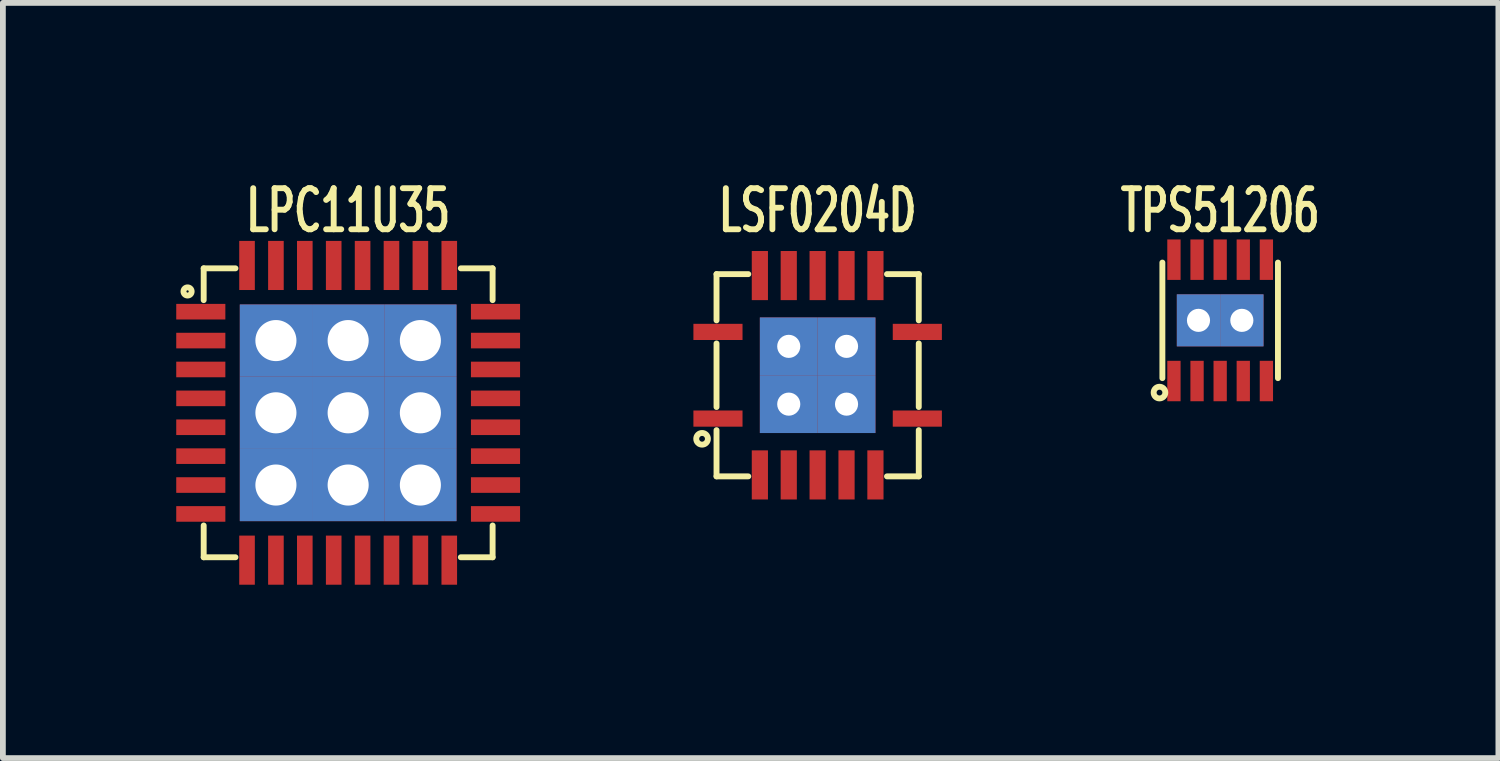
<source format=kicad_pcb>
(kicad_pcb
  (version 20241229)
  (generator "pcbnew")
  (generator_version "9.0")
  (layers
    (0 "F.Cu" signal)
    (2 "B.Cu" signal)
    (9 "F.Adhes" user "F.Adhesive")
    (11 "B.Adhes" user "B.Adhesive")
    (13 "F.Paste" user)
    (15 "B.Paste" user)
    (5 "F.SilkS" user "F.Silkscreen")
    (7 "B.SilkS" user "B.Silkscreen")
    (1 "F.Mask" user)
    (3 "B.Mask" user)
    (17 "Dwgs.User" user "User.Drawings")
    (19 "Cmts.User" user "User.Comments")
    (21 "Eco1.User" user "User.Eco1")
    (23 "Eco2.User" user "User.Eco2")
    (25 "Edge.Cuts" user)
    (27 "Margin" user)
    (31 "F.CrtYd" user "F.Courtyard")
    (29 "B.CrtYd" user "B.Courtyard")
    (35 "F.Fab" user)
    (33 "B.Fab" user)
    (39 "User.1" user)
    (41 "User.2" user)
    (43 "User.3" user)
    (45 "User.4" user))
  (footprint "TPS51206"
    (layer "F.Cu")
    (at 18.066 2.494)
    (property "Reference" "TPS51206" (at 0 -1.9 0) (layer "F.SilkS") (effects (font (size 0.711 0.457) (thickness 0.102))))
    (attr through_hole)
    (fp_line (start -1 1) (end -1 -1) (stroke (width 0.102) (type solid)) (layer "F.SilkS"))
    (fp_line (start 1 -1) (end 1 1) (stroke (width 0.102) (type solid)) (layer "F.SilkS"))
    (fp_circle (center -1.05 1.25) (end -1.05 1.2) (stroke (width 0.102) (type solid)) (fill no) (layer "F.SilkS"))
    (pad "1" smd rect (at -0.8 1.05) (size 0.23 0.7) (layers "F.Cu" "F.Mask" "F.Paste"))
    (pad "2" smd rect (at -0.4 1.05) (size 0.23 0.7) (layers "F.Cu" "F.Mask" "F.Paste"))
    (pad "3" smd rect (at 0 1.05) (size 0.23 0.7) (layers "F.Cu" "F.Mask" "F.Paste"))
    (pad "4" smd rect (at 0.4 1.05) (size 0.23 0.7) (layers "F.Cu" "F.Mask" "F.Paste"))
    (pad "5" smd rect (at 0.8 1.05) (size 0.23 0.7) (layers "F.Cu" "F.Mask" "F.Paste"))
    (pad "6" smd rect (at 0.8 -1.05) (size 0.23 0.7) (layers "F.Cu" "F.Mask" "F.Paste"))
    (pad "7" smd rect (at 0.4 -1.05) (size 0.23 0.7) (layers "F.Cu" "F.Mask" "F.Paste"))
    (pad "8" smd rect (at 0 -1.05) (size 0.23 0.7) (layers "F.Cu" "F.Mask" "F.Paste"))
    (pad "9" smd rect (at -0.4 -1.05) (size 0.23 0.7) (layers "F.Cu" "F.Mask" "F.Paste"))
    (pad "10" smd rect (at -0.8 -1.05) (size 0.23 0.7) (layers "F.Cu" "F.Mask" "F.Paste"))
    (pad "11" thru_hole rect (at -0.375 0) (size 0.75 0.9) (drill 0.4) (layers "*.Cu" "*.Mask" "F.Paste"))
    (pad "11" thru_hole rect (at 0.375 0) (size 0.75 0.9) (drill 0.4) (layers "*.Cu" "*.Mask" "F.Paste")))
  (footprint "LSF0204D"
    (layer "F.Cu")
    (at 11.1 3.444)
    (property "Reference" "LSF0204D" (at 0 -2.85 0) (layer "F.SilkS") (effects (font (size 0.711 0.457) (thickness 0.102))))
    (attr through_hole)
    (fp_line (start -1.75 -1.75) (end -1.75 -0.95) (stroke (width 0.102) (type solid)) (layer "F.SilkS"))
    (fp_line (start -1.75 -1.75) (end -1.2 -1.75) (stroke (width 0.102) (type solid)) (layer "F.SilkS"))
    (fp_line (start -1.75 0.55) (end -1.75 -0.55) (stroke (width 0.102) (type solid)) (layer "F.SilkS"))
    (fp_line (start -1.75 1.75) (end -1.75 0.95) (stroke (width 0.102) (type solid)) (layer "F.SilkS"))
    (fp_line (start -1.2 1.75) (end -1.75 1.75) (stroke (width 0.102) (type solid)) (layer "F.SilkS"))
    (fp_line (start 1.2 -1.75) (end 1.75 -1.75) (stroke (width 0.102) (type solid)) (layer "F.SilkS"))
    (fp_line (start 1.75 -1.75) (end 1.75 -0.95) (stroke (width 0.102) (type solid)) (layer "F.SilkS"))
    (fp_line (start 1.75 -0.55) (end 1.75 0.55) (stroke (width 0.102) (type solid)) (layer "F.SilkS"))
    (fp_line (start 1.75 1.75) (end 1.2 1.75) (stroke (width 0.102) (type solid)) (layer "F.SilkS"))
    (fp_line (start 1.75 1.75) (end 1.75 0.95) (stroke (width 0.102) (type solid)) (layer "F.SilkS"))
    (fp_circle (center -2 1.1) (end -2 1.05) (stroke (width 0.102) (type solid)) (fill no) (layer "F.SilkS"))
    (pad "1" smd rect (at -1.725 0.75 90) (size 0.28 0.85) (layers "F.Cu" "F.Mask" "F.Paste"))
    (pad "2" smd rect (at -1 1.725) (size 0.28 0.85) (layers "F.Cu" "F.Mask" "F.Paste"))
    (pad "3" smd rect (at -0.5 1.725) (size 0.28 0.85) (layers "F.Cu" "F.Mask" "F.Paste"))
    (pad "4" smd rect (at 0 1.725) (size 0.28 0.85) (layers "F.Cu" "F.Mask" "F.Paste"))
    (pad "5" smd rect (at 0.5 1.725) (size 0.28 0.85) (layers "F.Cu" "F.Mask" "F.Paste"))
    (pad "6" smd rect (at 1 1.725) (size 0.28 0.85) (layers "F.Cu" "F.Mask" "F.Paste"))
    (pad "7" smd rect (at 1.725 0.75 90) (size 0.28 0.85) (layers "F.Cu" "F.Mask" "F.Paste"))
    (pad "8" smd rect (at 1.725 -0.75 90) (size 0.28 0.85) (layers "F.Cu" "F.Mask" "F.Paste"))
    (pad "9" smd rect (at 1 -1.725) (size 0.28 0.85) (layers "F.Cu" "F.Mask" "F.Paste"))
    (pad "10" smd rect (at 0.5 -1.725) (size 0.28 0.85) (layers "F.Cu" "F.Mask" "F.Paste"))
    (pad "11" smd rect (at 0 -1.725) (size 0.28 0.85) (layers "F.Cu" "F.Mask" "F.Paste"))
    (pad "12" smd rect (at -0.5 -1.725) (size 0.28 0.85) (layers "F.Cu" "F.Mask" "F.Paste"))
    (pad "13" smd rect (at -1 -1.725) (size 0.28 0.85) (layers "F.Cu" "F.Mask" "F.Paste"))
    (pad "14" smd rect (at -1.725 -0.75 90) (size 0.28 0.85) (layers "F.Cu" "F.Mask" "F.Paste"))
    (pad "15" thru_hole rect (at -0.5 -0.5 90) (size 1 1) (drill 0.4) (layers "*.Cu" "*.Mask" "F.Paste"))
    (pad "15" thru_hole rect (at -0.5 0.5 90) (size 1 1) (drill 0.4) (layers "*.Cu" "*.Mask" "F.Paste"))
    (pad "15" thru_hole rect (at 0.5 -0.5 90) (size 1 1) (drill 0.4) (layers "*.Cu" "*.Mask" "F.Paste"))
    (pad "15" thru_hole rect (at 0.5 0.5 90) (size 1 1) (drill 0.4) (layers "*.Cu" "*.Mask" "F.Paste")))
  (footprint "LPC11U35"
    (layer "F.Cu")
    (at 2.975 4.094)
    (property "Reference" "LPC11U35" (at 0 -3.5 0) (layer "F.SilkS") (effects (font (size 0.711 0.457) (thickness 0.102))))
    (attr smd)
    (fp_line (start -2.5 -2.5) (end -2.5 -1.95) (stroke (width 0.102) (type solid)) (layer "F.SilkS"))
    (fp_line (start -2.5 -2.5) (end -1.95 -2.5) (stroke (width 0.102) (type solid)) (layer "F.SilkS"))
    (fp_line (start -2.5 2.5) (end -2.5 1.95) (stroke (width 0.102) (type solid)) (layer "F.SilkS"))
    (fp_line (start -1.95 2.5) (end -2.5 2.5) (stroke (width 0.102) (type solid)) (layer "F.SilkS"))
    (fp_line (start 2.5 -2.5) (end 1.95 -2.5) (stroke (width 0.102) (type solid)) (layer "F.SilkS"))
    (fp_line (start 2.5 -2.5) (end 2.5 -1.95) (stroke (width 0.102) (type solid)) (layer "F.SilkS"))
    (fp_line (start 2.5 1.95) (end 2.5 2.5) (stroke (width 0.102) (type solid)) (layer "F.SilkS"))
    (fp_line (start 2.5 2.5) (end 1.95 2.5) (stroke (width 0.102) (type solid)) (layer "F.SilkS"))
    (fp_circle (center -2.779 -2.1) (end -2.729 -2.15) (stroke (width 0.102) (type solid)) (fill no) (layer "F.SilkS"))
    (pad "1" smd rect (at -2.55 -1.75) (size 0.85 0.27) (layers "F.Cu" "F.Mask" "F.Paste"))
    (pad "2" smd rect (at -2.55 -1.25) (size 0.85 0.27) (layers "F.Cu" "F.Mask" "F.Paste"))
    (pad "3" smd rect (at -2.55 -0.75) (size 0.85 0.27) (layers "F.Cu" "F.Mask" "F.Paste"))
    (pad "4" smd rect (at -2.55 -0.25) (size 0.85 0.27) (layers "F.Cu" "F.Mask" "F.Paste"))
    (pad "5" smd rect (at -2.55 0.25) (size 0.85 0.27) (layers "F.Cu" "F.Mask" "F.Paste"))
    (pad "6" smd rect (at -2.55 0.75) (size 0.85 0.27) (layers "F.Cu" "F.Mask" "F.Paste"))
    (pad "7" smd rect (at -2.55 1.25) (size 0.85 0.27) (layers "F.Cu" "F.Mask" "F.Paste"))
    (pad "8" smd rect (at -2.55 1.75) (size 0.85 0.27) (layers "F.Cu" "F.Mask" "F.Paste"))
    (pad "9" smd rect (at -1.75 2.55 90) (size 0.85 0.27) (layers "F.Cu" "F.Mask" "F.Paste"))
    (pad "10" smd rect (at -1.25 2.55 90) (size 0.85 0.27) (layers "F.Cu" "F.Mask" "F.Paste"))
    (pad "11" smd rect (at -0.75 2.55 90) (size 0.85 0.27) (layers "F.Cu" "F.Mask" "F.Paste"))
    (pad "12" smd rect (at -0.25 2.55 90) (size 0.85 0.27) (layers "F.Cu" "F.Mask" "F.Paste"))
    (pad "13" smd rect (at 0.25 2.55 90) (size 0.85 0.27) (layers "F.Cu" "F.Mask" "F.Paste"))
    (pad "14" smd rect (at 0.75 2.55 90) (size 0.85 0.27) (layers "F.Cu" "F.Mask" "F.Paste"))
    (pad "15" smd rect (at 1.25 2.55 90) (size 0.85 0.27) (layers "F.Cu" "F.Mask" "F.Paste"))
    (pad "16" smd rect (at 1.75 2.55 90) (size 0.85 0.27) (layers "F.Cu" "F.Mask" "F.Paste"))
    (pad "17" smd rect (at 2.55 1.75) (size 0.85 0.27) (layers "F.Cu" "F.Mask" "F.Paste"))
    (pad "18" smd rect (at 2.55 1.25) (size 0.85 0.27) (layers "F.Cu" "F.Mask" "F.Paste"))
    (pad "19" smd rect (at 2.55 0.75) (size 0.85 0.27) (layers "F.Cu" "F.Mask" "F.Paste"))
    (pad "20" smd rect (at 2.55 0.25) (size 0.85 0.27) (layers "F.Cu" "F.Mask" "F.Paste"))
    (pad "21" smd rect (at 2.55 -0.25) (size 0.85 0.27) (layers "F.Cu" "F.Mask" "F.Paste"))
    (pad "22" smd rect (at 2.55 -0.75) (size 0.85 0.27) (layers "F.Cu" "F.Mask" "F.Paste"))
    (pad "23" smd rect (at 2.55 -1.25) (size 0.85 0.27) (layers "F.Cu" "F.Mask" "F.Paste"))
    (pad "24" smd rect (at 2.55 -1.75) (size 0.85 0.27) (layers "F.Cu" "F.Mask" "F.Paste"))
    (pad "25" smd rect (at 1.75 -2.55 90) (size 0.85 0.27) (layers "F.Cu" "F.Mask" "F.Paste"))
    (pad "26" smd rect (at 1.25 -2.55 90) (size 0.85 0.27) (layers "F.Cu" "F.Mask" "F.Paste"))
    (pad "27" smd rect (at 0.75 -2.55 90) (size 0.85 0.27) (layers "F.Cu" "F.Mask" "F.Paste"))
    (pad "28" smd rect (at 0.25 -2.55 90) (size 0.85 0.27) (layers "F.Cu" "F.Mask" "F.Paste"))
    (pad "29" smd rect (at -0.25 -2.55 90) (size 0.85 0.27) (layers "F.Cu" "F.Mask" "F.Paste"))
    (pad "30" smd rect (at -0.75 -2.55 90) (size 0.85 0.27) (layers "F.Cu" "F.Mask" "F.Paste"))
    (pad "31" smd rect (at -1.25 -2.55 90) (size 0.85 0.27) (layers "F.Cu" "F.Mask" "F.Paste"))
    (pad "32" smd rect (at -1.75 -2.55 90) (size 0.85 0.27) (layers "F.Cu" "F.Mask" "F.Paste"))
    (pad "33" thru_hole rect (at -1.25 -1.25) (size 1.25 1.25) (drill 0.711) (layers "*.Cu" "*.Mask" "F.Paste"))
    (pad "33" thru_hole rect (at -1.25 0) (size 1.25 1.25) (drill 0.711) (layers "*.Cu" "*.Mask" "F.Paste"))
    (pad "33" thru_hole rect (at -1.25 1.25) (size 1.25 1.25) (drill 0.711) (layers "*.Cu" "*.Mask" "F.Paste"))
    (pad "33" thru_hole rect (at 0 -1.25) (size 1.25 1.25) (drill 0.711) (layers "*.Cu" "*.Mask" "F.Paste"))
    (pad "33" thru_hole rect (at 0 0) (size 1.25 1.25) (drill 0.711) (layers "*.Cu" "*.Mask" "F.Paste"))
    (pad "33" thru_hole rect (at 0 1.25) (size 1.25 1.25) (drill 0.711) (layers "*.Cu" "*.Mask" "F.Paste"))
    (pad "33" thru_hole rect (at 1.25 -1.25) (size 1.25 1.25) (drill 0.711) (layers "*.Cu" "*.Mask" "F.Paste"))
    (pad "33" thru_hole rect (at 1.25 0) (size 1.25 1.25) (drill 0.711) (layers "*.Cu" "*.Mask" "F.Paste"))
    (pad "33" thru_hole rect (at 1.25 1.25) (size 1.25 1.25) (drill 0.711) (layers "*.Cu" "*.Mask" "F.Paste")))
  (gr_rect
    (start -3 -3)
    (end 22.881 10.069)
    (stroke (width 0.1) (type default))
    (fill no)
    (layer "Edge.Cuts")))
</source>
